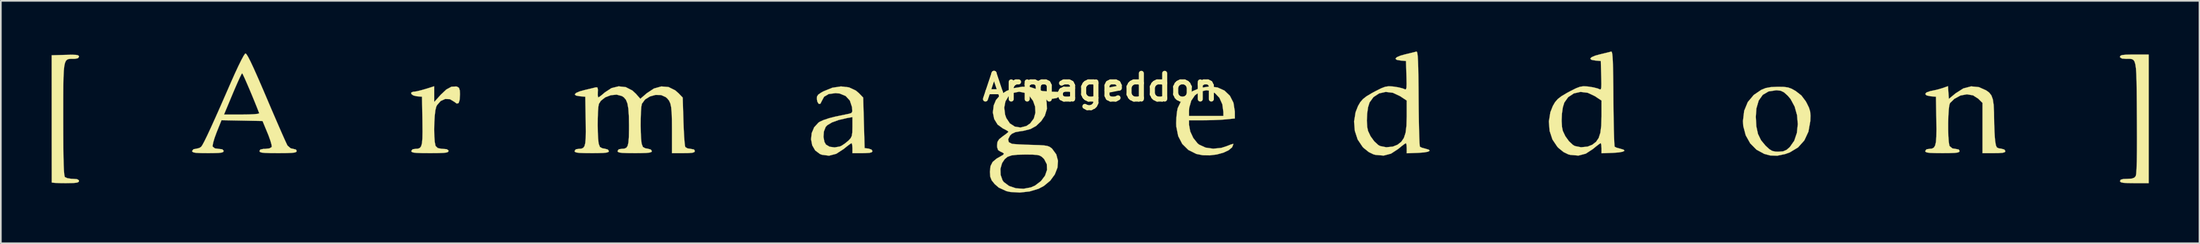
<source format=kicad_pcb>
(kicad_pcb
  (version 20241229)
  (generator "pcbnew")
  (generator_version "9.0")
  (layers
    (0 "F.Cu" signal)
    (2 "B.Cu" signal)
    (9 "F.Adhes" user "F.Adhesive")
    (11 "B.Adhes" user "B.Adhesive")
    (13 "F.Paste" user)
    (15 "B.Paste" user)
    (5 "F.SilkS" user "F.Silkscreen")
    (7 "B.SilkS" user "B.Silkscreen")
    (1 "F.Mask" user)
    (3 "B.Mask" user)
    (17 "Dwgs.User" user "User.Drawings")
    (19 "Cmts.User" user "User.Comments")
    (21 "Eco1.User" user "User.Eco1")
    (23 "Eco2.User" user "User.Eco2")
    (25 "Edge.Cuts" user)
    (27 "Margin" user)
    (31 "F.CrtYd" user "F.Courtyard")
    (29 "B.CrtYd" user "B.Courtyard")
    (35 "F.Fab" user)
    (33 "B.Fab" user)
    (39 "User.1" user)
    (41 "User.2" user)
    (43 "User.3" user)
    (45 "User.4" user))
  (footprint "Armageddon"
    (layer "F.Cu")
    (at 61.987 2.13)
    (property "Reference" "Armageddon" (at 0 0 0) (layer "F.SilkS") (effects (font (size 1.524 1.524) (thickness 0.3))))
    (attr through_hole)
    (fp_poly (pts (xy 61.976 5.673) (xy 61.129 5.673) (xy 60.735 5.668) (xy 60.481 5.653) (xy 60.341 5.622) (xy 60.287 5.572) (xy 60.283 5.546) (xy 60.328 5.466) (xy 60.486 5.427) (xy 60.703 5.419) (xy 60.978 5.403) (xy 61.135 5.345) (xy 61.214 5.25) (xy 61.24 5.116) (xy 61.26 4.823) (xy 61.275 4.369) (xy 61.283 3.751) (xy 61.285 2.969) (xy 61.282 2.02) (xy 61.28 1.775) (xy 61.275 0.917) (xy 61.269 0.214) (xy 61.26 -0.351) (xy 61.247 -0.792) (xy 61.225 -1.124) (xy 61.191 -1.363) (xy 61.144 -1.525) (xy 61.081 -1.623) (xy 60.998 -1.674) (xy 60.892 -1.692) (xy 60.762 -1.693) (xy 60.642 -1.692) (xy 60.399 -1.712) (xy 60.293 -1.775) (xy 60.283 -1.82) (xy 60.311 -1.88) (xy 60.413 -1.918) (xy 60.618 -1.939) (xy 60.953 -1.947) (xy 61.129 -1.947) (xy 61.976 -1.947) (xy 61.976 5.673)) (stroke (width 0.01) (type solid)) (fill yes) (layer "F.SilkS"))
    (fp_poly (pts (xy -60.552 -1.929) (xy -60.421 -1.902) (xy -60.371 -1.853) (xy -60.367 -1.823) (xy -60.421 -1.733) (xy -60.6 -1.696) (xy -60.7 -1.693) (xy -60.846 -1.694) (xy -60.966 -1.685) (xy -61.062 -1.652) (xy -61.138 -1.58) (xy -61.196 -1.453) (xy -61.238 -1.258) (xy -61.266 -0.978) (xy -61.284 -0.599) (xy -61.294 -0.106) (xy -61.298 0.517) (xy -61.299 1.283) (xy -61.299 1.894) (xy -61.297 2.798) (xy -61.293 3.543) (xy -61.285 4.141) (xy -61.273 4.604) (xy -61.257 4.942) (xy -61.237 5.167) (xy -61.212 5.29) (xy -61.197 5.317) (xy -61.054 5.38) (xy -60.818 5.416) (xy -60.731 5.419) (xy -60.486 5.437) (xy -60.379 5.498) (xy -60.367 5.546) (xy -60.396 5.606) (xy -60.501 5.645) (xy -60.712 5.665) (xy -61.055 5.672) (xy -61.172 5.673) (xy -61.517 5.669) (xy -61.789 5.657) (xy -61.95 5.641) (xy -61.977 5.63) (xy -61.978 5.54) (xy -61.978 5.297) (xy -61.978 4.919) (xy -61.979 4.424) (xy -61.979 3.829) (xy -61.98 3.151) (xy -61.98 2.407) (xy -61.98 1.841) (xy -61.982 -1.905) (xy -61.175 -1.929) (xy -60.794 -1.937) (xy -60.552 -1.929)) (stroke (width 0.01) (type solid)) (fill yes) (layer "F.SilkS"))
    (fp_poly (pts (xy 6.931 0.001) (xy 7.346 0.188) (xy 7.666 0.495) (xy 7.876 0.909) (xy 7.956 1.42) (xy 7.957 1.448) (xy 7.959 1.839) (xy 7.438 1.893) (xy 7.112 1.918) (xy 6.69 1.936) (xy 6.245 1.946) (xy 6.084 1.947) (xy 5.249 1.947) (xy 5.251 2.223) (xy 5.321 2.61) (xy 5.501 2.998) (xy 5.754 3.314) (xy 5.848 3.391) (xy 6.225 3.565) (xy 6.679 3.631) (xy 7.155 3.584) (xy 7.472 3.482) (xy 7.697 3.392) (xy 7.843 3.349) (xy 7.874 3.353) (xy 7.795 3.552) (xy 7.582 3.728) (xy 7.267 3.872) (xy 6.886 3.975) (xy 6.472 4.026) (xy 6.059 4.018) (xy 5.683 3.942) (xy 5.21 3.706) (xy 4.849 3.349) (xy 4.609 2.883) (xy 4.497 2.318) (xy 4.49 2.117) (xy 4.504 1.763) (xy 4.542 1.422) (xy 4.548 1.394) (xy 5.249 1.394) (xy 5.249 1.693) (xy 7.281 1.693) (xy 7.281 1.46) (xy 7.219 1.001) (xy 7.048 0.62) (xy 6.788 0.341) (xy 6.457 0.19) (xy 6.27 0.169) (xy 5.906 0.247) (xy 5.601 0.463) (xy 5.379 0.79) (xy 5.262 1.2) (xy 5.249 1.394) (xy 4.548 1.394) (xy 4.581 1.228) (xy 4.761 0.855) (xy 5.07 0.507) (xy 5.466 0.22) (xy 5.894 0.036) (xy 6.441 -0.054) (xy 6.931 0.001)) (stroke (width 0.01) (type solid)) (fill yes) (layer "F.SilkS"))
    (fp_poly (pts (xy 40.41 -0.031) (xy 40.66 0.003) (xy 40.872 0.079) (xy 41.11 0.214) (xy 41.11 0.214) (xy 41.446 0.476) (xy 41.702 0.817) (xy 41.766 0.933) (xy 41.898 1.203) (xy 41.966 1.428) (xy 41.986 1.679) (xy 41.974 2.002) (xy 41.864 2.621) (xy 41.622 3.141) (xy 41.253 3.553) (xy 40.763 3.85) (xy 40.503 3.944) (xy 40.023 4.046) (xy 39.595 4.032) (xy 39.254 3.94) (xy 38.795 3.69) (xy 38.423 3.314) (xy 38.157 2.839) (xy 38.014 2.295) (xy 37.994 1.996) (xy 38.025 1.736) (xy 38.753 1.736) (xy 38.784 2.307) (xy 38.882 2.758) (xy 39.061 3.129) (xy 39.325 3.449) (xy 39.547 3.655) (xy 39.724 3.764) (xy 39.919 3.805) (xy 40.087 3.81) (xy 40.367 3.789) (xy 40.57 3.702) (xy 40.767 3.531) (xy 41.026 3.16) (xy 41.182 2.695) (xy 41.236 2.176) (xy 41.192 1.643) (xy 41.049 1.134) (xy 40.81 0.689) (xy 40.641 0.489) (xy 40.422 0.293) (xy 40.232 0.198) (xy 39.999 0.17) (xy 39.951 0.17) (xy 39.507 0.238) (xy 39.164 0.44) (xy 38.925 0.777) (xy 38.788 1.247) (xy 38.753 1.736) (xy 38.025 1.736) (xy 38.066 1.386) (xy 38.278 0.87) (xy 38.632 0.447) (xy 39.074 0.145) (xy 39.337 0.038) (xy 39.649 -0.019) (xy 40.056 -0.037) (xy 40.41 -0.031)) (stroke (width 0.01) (type solid)) (fill yes) (layer "F.SilkS"))
    (fp_poly (pts (xy -39.37 0.865) (xy -38.99 0.442) (xy -38.653 0.123) (xy -38.351 -0.041) (xy -38.069 -0.056) (xy -38.008 -0.04) (xy -37.905 0.029) (xy -37.857 0.18) (xy -37.847 0.408) (xy -37.868 0.749) (xy -37.929 0.93) (xy -38.035 0.958) (xy -38.175 0.857) (xy -38.436 0.698) (xy -38.721 0.685) (xy -38.99 0.806) (xy -39.203 1.051) (xy -39.25 1.147) (xy -39.302 1.359) (xy -39.34 1.685) (xy -39.363 2.079) (xy -39.371 2.496) (xy -39.363 2.893) (xy -39.339 3.223) (xy -39.297 3.442) (xy -39.282 3.477) (xy -39.158 3.596) (xy -38.927 3.639) (xy -38.859 3.641) (xy -38.625 3.662) (xy -38.529 3.733) (xy -38.523 3.768) (xy -38.548 3.821) (xy -38.638 3.857) (xy -38.819 3.879) (xy -39.116 3.891) (xy -39.554 3.895) (xy -39.624 3.895) (xy -40.082 3.892) (xy -40.397 3.881) (xy -40.592 3.861) (xy -40.692 3.826) (xy -40.724 3.776) (xy -40.725 3.768) (xy -40.649 3.667) (xy -40.481 3.641) (xy -40.33 3.631) (xy -40.218 3.586) (xy -40.141 3.484) (xy -40.092 3.304) (xy -40.067 3.024) (xy -40.06 2.622) (xy -40.065 2.075) (xy -40.066 1.978) (xy -40.09 0.55) (xy -40.407 0.524) (xy -40.604 0.475) (xy -40.719 0.391) (xy -40.73 0.306) (xy -40.618 0.257) (xy -40.563 0.254) (xy -40.399 0.23) (xy -40.137 0.166) (xy -39.886 0.094) (xy -39.37 -0.067) (xy -39.37 0.865)) (stroke (width 0.01) (type solid)) (fill yes) (layer "F.SilkS"))
    (fp_poly (pts (xy 50.139 0.304) (xy 50.165 0.681) (xy 50.564 0.351) (xy 51.02 0.06) (xy 51.481 -0.062) (xy 51.946 -0.014) (xy 52.373 0.176) (xy 52.553 0.31) (xy 52.681 0.477) (xy 52.764 0.707) (xy 52.813 1.031) (xy 52.835 1.477) (xy 52.839 1.761) (xy 52.847 2.203) (xy 52.863 2.629) (xy 52.884 2.983) (xy 52.903 3.175) (xy 52.944 3.427) (xy 53.003 3.556) (xy 53.113 3.609) (xy 53.234 3.625) (xy 53.44 3.679) (xy 53.509 3.773) (xy 53.473 3.836) (xy 53.345 3.874) (xy 53.097 3.892) (xy 52.832 3.895) (xy 52.155 3.895) (xy 52.155 0.918) (xy 51.907 0.671) (xy 51.597 0.47) (xy 51.233 0.408) (xy 50.852 0.479) (xy 50.489 0.677) (xy 50.231 0.929) (xy 50.19 1.065) (xy 50.158 1.331) (xy 50.136 1.686) (xy 50.125 2.092) (xy 50.125 2.509) (xy 50.136 2.898) (xy 50.159 3.218) (xy 50.193 3.431) (xy 50.21 3.477) (xy 50.374 3.613) (xy 50.549 3.641) (xy 50.748 3.679) (xy 50.8 3.768) (xy 50.775 3.822) (xy 50.681 3.859) (xy 50.493 3.881) (xy 50.185 3.892) (xy 49.784 3.895) (xy 49.346 3.891) (xy 49.051 3.88) (xy 48.874 3.856) (xy 48.788 3.818) (xy 48.768 3.768) (xy 48.844 3.667) (xy 49.019 3.641) (xy 49.167 3.626) (xy 49.277 3.568) (xy 49.353 3.445) (xy 49.401 3.236) (xy 49.426 2.92) (xy 49.432 2.476) (xy 49.426 1.928) (xy 49.403 0.55) (xy 49.086 0.524) (xy 48.849 0.474) (xy 48.769 0.39) (xy 48.842 0.298) (xy 49.066 0.22) (xy 49.127 0.208) (xy 49.446 0.14) (xy 49.761 0.05) (xy 49.8 0.037) (xy 50.114 -0.074) (xy 50.139 0.304)) (stroke (width 0.01) (type solid)) (fill yes) (layer "F.SilkS"))
    (fp_poly (pts (xy -14.852 -0.003) (xy -14.444 0.187) (xy -14.262 0.343) (xy -14.012 0.603) (xy -13.928 3.598) (xy -13.695 3.625) (xy -13.521 3.684) (xy -13.462 3.773) (xy -13.502 3.84) (xy -13.641 3.878) (xy -13.908 3.893) (xy -14.055 3.895) (xy -14.647 3.895) (xy -14.647 3.598) (xy -14.66 3.402) (xy -14.692 3.305) (xy -14.699 3.302) (xy -14.786 3.352) (xy -14.962 3.484) (xy -15.168 3.651) (xy -15.602 3.933) (xy -16.031 4.046) (xy -16.452 3.99) (xy -16.568 3.945) (xy -16.849 3.734) (xy -17.024 3.431) (xy -17.093 3.076) (xy -17.078 2.933) (xy -16.359 2.933) (xy -16.303 3.229) (xy -16.212 3.388) (xy -15.997 3.515) (xy -15.702 3.555) (xy -15.396 3.503) (xy -15.298 3.461) (xy -15.109 3.337) (xy -14.897 3.165) (xy -14.88 3.149) (xy -14.755 3.015) (xy -14.685 2.873) (xy -14.654 2.67) (xy -14.647 2.351) (xy -14.647 2.345) (xy -14.647 1.759) (xy -14.965 1.815) (xy -15.455 1.928) (xy -15.854 2.073) (xy -16.132 2.237) (xy -16.228 2.339) (xy -16.335 2.612) (xy -16.359 2.933) (xy -17.078 2.933) (xy -17.055 2.707) (xy -16.91 2.365) (xy -16.659 2.089) (xy -16.579 2.035) (xy -16.356 1.933) (xy -16.033 1.826) (xy -15.68 1.735) (xy -15.664 1.732) (xy -15.327 1.662) (xy -15.033 1.6) (xy -14.839 1.56) (xy -14.827 1.557) (xy -14.702 1.514) (xy -14.655 1.42) (xy -14.666 1.224) (xy -14.674 1.16) (xy -14.799 0.779) (xy -15.046 0.509) (xy -15.401 0.362) (xy -15.646 0.339) (xy -16.05 0.392) (xy -16.323 0.552) (xy -16.461 0.808) (xy -16.541 0.968) (xy -16.638 0.977) (xy -16.719 0.849) (xy -16.747 0.708) (xy -16.745 0.551) (xy -16.676 0.433) (xy -16.505 0.313) (xy -16.366 0.235) (xy -15.84 0.02) (xy -15.326 -0.059) (xy -14.852 -0.003)) (stroke (width 0.01) (type solid)) (fill yes) (layer "F.SilkS"))
    (fp_poly (pts (xy 18.724 -2.104) (xy 18.749 -2.01) (xy 18.77 -1.829) (xy 18.786 -1.546) (xy 18.799 -1.147) (xy 18.808 -0.619) (xy 18.816 0.055) (xy 18.82 0.649) (xy 18.826 1.323) (xy 18.835 1.942) (xy 18.846 2.486) (xy 18.859 2.936) (xy 18.873 3.27) (xy 18.888 3.469) (xy 18.898 3.516) (xy 19.016 3.574) (xy 19.218 3.629) (xy 19.219 3.629) (xy 19.427 3.691) (xy 19.475 3.753) (xy 19.376 3.809) (xy 19.14 3.852) (xy 18.797 3.877) (xy 18.119 3.902) (xy 18.119 3.602) (xy 18.107 3.404) (xy 18.077 3.305) (xy 18.07 3.302) (xy 17.986 3.352) (xy 17.812 3.484) (xy 17.609 3.651) (xy 17.189 3.925) (xy 16.756 4.039) (xy 16.277 3.998) (xy 16.154 3.967) (xy 15.877 3.832) (xy 15.583 3.596) (xy 15.506 3.517) (xy 15.218 3.086) (xy 15.05 2.573) (xy 15.007 2.02) (xy 15.015 1.97) (xy 15.761 1.97) (xy 15.783 2.349) (xy 15.831 2.577) (xy 15.98 2.893) (xy 16.195 3.19) (xy 16.43 3.409) (xy 16.545 3.474) (xy 16.909 3.546) (xy 17.297 3.508) (xy 17.575 3.396) (xy 17.795 3.224) (xy 17.95 2.997) (xy 18.05 2.69) (xy 18.103 2.272) (xy 18.119 1.716) (xy 18.119 1.71) (xy 18.119 0.778) (xy 17.723 0.516) (xy 17.301 0.318) (xy 16.878 0.266) (xy 16.484 0.354) (xy 16.151 0.574) (xy 15.921 0.892) (xy 15.833 1.174) (xy 15.779 1.556) (xy 15.761 1.97) (xy 15.015 1.97) (xy 15.095 1.471) (xy 15.239 1.103) (xy 15.372 0.875) (xy 15.529 0.692) (xy 15.748 0.521) (xy 16.066 0.332) (xy 16.302 0.206) (xy 16.618 0.048) (xy 16.847 -0.038) (xy 17.049 -0.068) (xy 17.284 -0.056) (xy 17.344 -0.049) (xy 17.634 -0.003) (xy 17.874 0.057) (xy 17.961 0.091) (xy 18.034 0.122) (xy 18.08 0.101) (xy 18.104 0.003) (xy 18.111 -0.201) (xy 18.105 -0.537) (xy 18.101 -0.694) (xy 18.076 -1.566) (xy 17.759 -1.593) (xy 17.526 -1.635) (xy 17.453 -1.704) (xy 17.532 -1.791) (xy 17.758 -1.886) (xy 18.013 -1.956) (xy 18.316 -2.029) (xy 18.561 -2.089) (xy 18.693 -2.125) (xy 18.724 -2.104)) (stroke (width 0.01) (type solid)) (fill yes) (layer "F.SilkS"))
    (fp_poly (pts (xy 30.239 -2.104) (xy 30.264 -2.01) (xy 30.284 -1.829) (xy 30.301 -1.546) (xy 30.313 -1.147) (xy 30.323 -0.619) (xy 30.331 0.055) (xy 30.335 0.649) (xy 30.341 1.323) (xy 30.35 1.942) (xy 30.361 2.486) (xy 30.374 2.936) (xy 30.388 3.27) (xy 30.402 3.469) (xy 30.412 3.516) (xy 30.531 3.574) (xy 30.732 3.629) (xy 30.734 3.629) (xy 30.941 3.691) (xy 30.99 3.753) (xy 30.891 3.809) (xy 30.654 3.852) (xy 30.311 3.877) (xy 29.633 3.902) (xy 29.633 3.602) (xy 29.621 3.404) (xy 29.592 3.305) (xy 29.585 3.302) (xy 29.5 3.352) (xy 29.327 3.484) (xy 29.123 3.651) (xy 28.704 3.925) (xy 28.271 4.039) (xy 27.792 3.998) (xy 27.669 3.967) (xy 27.391 3.832) (xy 27.098 3.596) (xy 27.021 3.517) (xy 26.732 3.086) (xy 26.564 2.573) (xy 26.522 2.02) (xy 26.53 1.97) (xy 27.275 1.97) (xy 27.298 2.349) (xy 27.345 2.577) (xy 27.495 2.893) (xy 27.71 3.19) (xy 27.945 3.409) (xy 28.06 3.474) (xy 28.423 3.546) (xy 28.812 3.508) (xy 29.09 3.396) (xy 29.31 3.224) (xy 29.465 2.997) (xy 29.564 2.69) (xy 29.617 2.272) (xy 29.633 1.716) (xy 29.633 1.71) (xy 29.633 0.778) (xy 29.238 0.516) (xy 28.816 0.318) (xy 28.392 0.266) (xy 27.999 0.354) (xy 27.665 0.574) (xy 27.436 0.892) (xy 27.348 1.174) (xy 27.293 1.556) (xy 27.275 1.97) (xy 26.53 1.97) (xy 26.609 1.471) (xy 26.754 1.103) (xy 26.886 0.875) (xy 27.044 0.692) (xy 27.263 0.521) (xy 27.58 0.332) (xy 27.816 0.206) (xy 28.132 0.048) (xy 28.362 -0.038) (xy 28.564 -0.068) (xy 28.798 -0.056) (xy 28.859 -0.049) (xy 29.149 -0.003) (xy 29.389 0.057) (xy 29.476 0.091) (xy 29.549 0.122) (xy 29.595 0.101) (xy 29.619 0.003) (xy 29.625 -0.201) (xy 29.619 -0.537) (xy 29.615 -0.694) (xy 29.591 -1.566) (xy 29.273 -1.593) (xy 29.041 -1.635) (xy 28.967 -1.704) (xy 29.046 -1.791) (xy 29.272 -1.886) (xy 29.527 -1.956) (xy 29.831 -2.029) (xy 30.076 -2.089) (xy 30.208 -2.125) (xy 30.239 -2.104)) (stroke (width 0.01) (type solid)) (fill yes) (layer "F.SilkS"))
    (fp_poly (pts (xy -50.469 -1.968) (xy -50.369 -1.807) (xy -50.224 -1.523) (xy -50.031 -1.11) (xy -49.786 -0.559) (xy -49.485 0.137) (xy -49.283 0.61) (xy -49.013 1.246) (xy -48.758 1.838) (xy -48.529 2.367) (xy -48.333 2.814) (xy -48.18 3.157) (xy -48.077 3.378) (xy -48.039 3.45) (xy -47.856 3.607) (xy -47.708 3.641) (xy -47.539 3.685) (xy -47.498 3.768) (xy -47.523 3.821) (xy -47.613 3.857) (xy -47.794 3.879) (xy -48.091 3.891) (xy -48.529 3.895) (xy -48.599 3.895) (xy -49.057 3.892) (xy -49.371 3.881) (xy -49.566 3.861) (xy -49.667 3.826) (xy -49.699 3.776) (xy -49.699 3.768) (xy -49.644 3.68) (xy -49.46 3.643) (xy -49.358 3.641) (xy -49.106 3.612) (xy -48.977 3.535) (xy -48.972 3.525) (xy -48.984 3.4) (xy -49.051 3.162) (xy -49.161 2.853) (xy -49.223 2.7) (xy -49.517 1.99) (xy -50.731 1.966) (xy -51.944 1.943) (xy -52.231 2.658) (xy -52.353 2.989) (xy -52.436 3.272) (xy -52.47 3.462) (xy -52.466 3.506) (xy -52.337 3.611) (xy -52.115 3.641) (xy -51.895 3.668) (xy -51.817 3.754) (xy -51.816 3.768) (xy -51.843 3.825) (xy -51.94 3.862) (xy -52.136 3.884) (xy -52.456 3.893) (xy -52.747 3.895) (xy -53.164 3.891) (xy -53.439 3.878) (xy -53.598 3.851) (xy -53.668 3.807) (xy -53.679 3.768) (xy -53.605 3.665) (xy -53.473 3.641) (xy -53.262 3.593) (xy -53.148 3.521) (xy -53.074 3.414) (xy -52.956 3.195) (xy -52.79 2.856) (xy -52.574 2.392) (xy -52.304 1.794) (xy -52.221 1.609) (xy -51.797 1.609) (xy -50.741 1.609) (xy -50.336 1.603) (xy -50.01 1.587) (xy -49.793 1.564) (xy -49.713 1.535) (xy -49.713 1.532) (xy -49.827 1.236) (xy -49.971 0.878) (xy -50.131 0.487) (xy -50.295 0.097) (xy -50.45 -0.263) (xy -50.581 -0.561) (xy -50.677 -0.765) (xy -50.723 -0.845) (xy -50.723 -0.846) (xy -50.771 -0.772) (xy -50.871 -0.568) (xy -51.01 -0.26) (xy -51.177 0.125) (xy -51.285 0.381) (xy -51.797 1.609) (xy -52.221 1.609) (xy -51.977 1.057) (xy -51.59 0.173) (xy -51.386 -0.296) (xy -51.156 -0.813) (xy -50.947 -1.263) (xy -50.768 -1.626) (xy -50.63 -1.88) (xy -50.542 -2.005) (xy -50.528 -2.014) (xy -50.469 -1.968)) (stroke (width 0.01) (type solid)) (fill yes) (layer "F.SilkS"))
    (fp_poly (pts (xy -28.045 -0.016) (xy -27.655 0.184) (xy -27.444 0.381) (xy -27.185 0.675) (xy -26.805 0.346) (xy -26.378 0.064) (xy -25.942 -0.058) (xy -25.517 -0.022) (xy -25.122 0.174) (xy -24.927 0.346) (xy -24.68 0.603) (xy -24.637 2.016) (xy -24.619 2.494) (xy -24.596 2.915) (xy -24.57 3.25) (xy -24.544 3.468) (xy -24.526 3.535) (xy -24.4 3.611) (xy -24.21 3.641) (xy -24.012 3.679) (xy -23.961 3.768) (xy -23.993 3.833) (xy -24.108 3.872) (xy -24.338 3.891) (xy -24.638 3.895) (xy -25.315 3.895) (xy -25.315 2.492) (xy -25.319 1.919) (xy -25.333 1.488) (xy -25.362 1.173) (xy -25.412 0.947) (xy -25.487 0.782) (xy -25.594 0.653) (xy -25.685 0.573) (xy -25.959 0.451) (xy -26.288 0.444) (xy -26.621 0.537) (xy -26.906 0.715) (xy -27.089 0.964) (xy -27.095 0.979) (xy -27.128 1.154) (xy -27.15 1.454) (xy -27.163 1.835) (xy -27.166 2.254) (xy -27.159 2.667) (xy -27.141 3.029) (xy -27.113 3.297) (xy -27.104 3.344) (xy -27.034 3.529) (xy -26.891 3.608) (xy -26.775 3.625) (xy -26.57 3.679) (xy -26.501 3.773) (xy -26.53 3.826) (xy -26.635 3.861) (xy -26.839 3.883) (xy -27.17 3.893) (xy -27.517 3.895) (xy -27.955 3.891) (xy -28.249 3.88) (xy -28.427 3.856) (xy -28.512 3.818) (xy -28.533 3.768) (xy -28.458 3.666) (xy -28.296 3.641) (xy -28.132 3.629) (xy -28.014 3.578) (xy -27.935 3.463) (xy -27.888 3.26) (xy -27.864 2.947) (xy -27.856 2.498) (xy -27.855 2.265) (xy -27.864 1.69) (xy -27.893 1.259) (xy -27.949 0.947) (xy -28.037 0.73) (xy -28.164 0.583) (xy -28.274 0.511) (xy -28.583 0.428) (xy -28.931 0.461) (xy -29.262 0.589) (xy -29.522 0.795) (xy -29.635 0.979) (xy -29.668 1.154) (xy -29.69 1.454) (xy -29.703 1.835) (xy -29.706 2.254) (xy -29.699 2.667) (xy -29.681 3.029) (xy -29.653 3.297) (xy -29.644 3.344) (xy -29.574 3.529) (xy -29.431 3.608) (xy -29.315 3.625) (xy -29.11 3.679) (xy -29.041 3.773) (xy -29.07 3.826) (xy -29.175 3.861) (xy -29.379 3.883) (xy -29.71 3.893) (xy -30.057 3.895) (xy -30.495 3.891) (xy -30.789 3.88) (xy -30.967 3.856) (xy -31.052 3.818) (xy -31.073 3.768) (xy -30.997 3.667) (xy -30.829 3.641) (xy -30.678 3.631) (xy -30.566 3.586) (xy -30.489 3.484) (xy -30.44 3.304) (xy -30.415 3.024) (xy -30.408 2.622) (xy -30.413 2.075) (xy -30.414 1.978) (xy -30.438 0.55) (xy -30.755 0.524) (xy -30.988 0.482) (xy -31.061 0.413) (xy -30.982 0.326) (xy -30.756 0.231) (xy -30.501 0.161) (xy -30.194 0.088) (xy -29.943 0.027) (xy -29.803 -0.008) (xy -29.72 0.006) (xy -29.694 0.131) (xy -29.7 0.275) (xy -29.703 0.479) (xy -29.678 0.587) (xy -29.668 0.593) (xy -29.578 0.54) (xy -29.41 0.407) (xy -29.289 0.301) (xy -28.892 0.041) (xy -28.468 -0.064) (xy -28.045 -0.016)) (stroke (width 0.01) (type solid)) (fill yes) (layer "F.SilkS"))
    (fp_poly (pts (xy -4.139 -0.019) (xy -3.751 0.109) (xy -3.422 0.214) (xy -2.948 0.254) (xy -2.883 0.254) (xy -2.59 0.262) (xy -2.378 0.284) (xy -2.289 0.315) (xy -2.289 0.318) (xy -2.374 0.506) (xy -2.587 0.634) (xy -2.868 0.677) (xy -3.089 0.685) (xy -3.179 0.727) (xy -3.181 0.832) (xy -3.167 0.89) (xy -3.152 1.275) (xy -3.275 1.675) (xy -3.488 1.996) (xy -3.791 2.285) (xy -4.122 2.467) (xy -4.539 2.572) (xy -4.695 2.593) (xy -5.017 2.651) (xy -5.224 2.747) (xy -5.333 2.854) (xy -5.444 3.075) (xy -5.404 3.245) (xy -5.219 3.342) (xy -5.064 3.359) (xy -4.782 3.377) (xy -4.414 3.394) (xy -4.049 3.405) (xy -3.62 3.418) (xy -3.325 3.437) (xy -3.127 3.469) (xy -2.992 3.52) (xy -2.884 3.597) (xy -2.841 3.636) (xy -2.598 3.968) (xy -2.497 4.35) (xy -2.528 4.754) (xy -2.684 5.155) (xy -2.954 5.525) (xy -3.329 5.837) (xy -3.644 6.005) (xy -4.169 6.163) (xy -4.751 6.229) (xy -5.311 6.196) (xy -5.543 6.146) (xy -5.997 5.937) (xy -6.241 5.725) (xy -6.418 5.503) (xy -6.499 5.292) (xy -6.519 5.005) (xy -6.519 4.997) (xy -6.502 4.83) (xy -5.9 4.83) (xy -5.886 5.188) (xy -5.774 5.505) (xy -5.701 5.606) (xy -5.386 5.842) (xy -4.981 5.977) (xy -4.534 6.006) (xy -4.095 5.924) (xy -3.855 5.818) (xy -3.503 5.551) (xy -3.262 5.231) (xy -3.144 4.887) (xy -3.157 4.55) (xy -3.311 4.252) (xy -3.356 4.203) (xy -3.467 4.101) (xy -3.584 4.036) (xy -3.743 4) (xy -3.986 3.983) (xy -4.352 3.979) (xy -4.438 3.979) (xy -4.906 3.989) (xy -5.239 4.028) (xy -5.473 4.109) (xy -5.642 4.246) (xy -5.78 4.451) (xy -5.809 4.506) (xy -5.9 4.83) (xy -6.502 4.83) (xy -6.485 4.662) (xy -6.36 4.416) (xy -6.115 4.212) (xy -5.931 4.109) (xy -5.735 3.995) (xy -5.691 3.918) (xy -5.794 3.847) (xy -5.884 3.81) (xy -6.034 3.717) (xy -6.091 3.552) (xy -6.096 3.43) (xy -6.073 3.225) (xy -5.976 3.071) (xy -5.768 2.904) (xy -5.761 2.899) (xy -5.565 2.756) (xy -5.443 2.652) (xy -5.424 2.625) (xy -5.493 2.567) (xy -5.666 2.472) (xy -5.751 2.431) (xy -6.066 2.201) (xy -6.267 1.873) (xy -6.346 1.482) (xy -6.311 1.199) (xy -5.674 1.199) (xy -5.623 1.614) (xy -5.555 1.812) (xy -5.343 2.131) (xy -5.049 2.322) (xy -4.711 2.377) (xy -4.366 2.288) (xy -4.145 2.138) (xy -3.925 1.844) (xy -3.83 1.498) (xy -3.849 1.138) (xy -3.969 0.797) (xy -4.179 0.513) (xy -4.465 0.32) (xy -4.792 0.254) (xy -5.148 0.327) (xy -5.423 0.527) (xy -5.603 0.827) (xy -5.674 1.199) (xy -6.311 1.199) (xy -6.295 1.064) (xy -6.164 0.75) (xy -5.903 0.444) (xy -5.525 0.202) (xy -5.076 0.036) (xy -4.599 -0.041) (xy -4.139 -0.019)) (stroke (width 0.01) (type solid)) (fill yes) (layer "F.SilkS")))
  (gr_rect
    (start -3 -3)
    (end 126.968 11.364)
    (stroke (width 0.1) (type default))
    (fill no)
    (layer "Edge.Cuts")))
</source>
